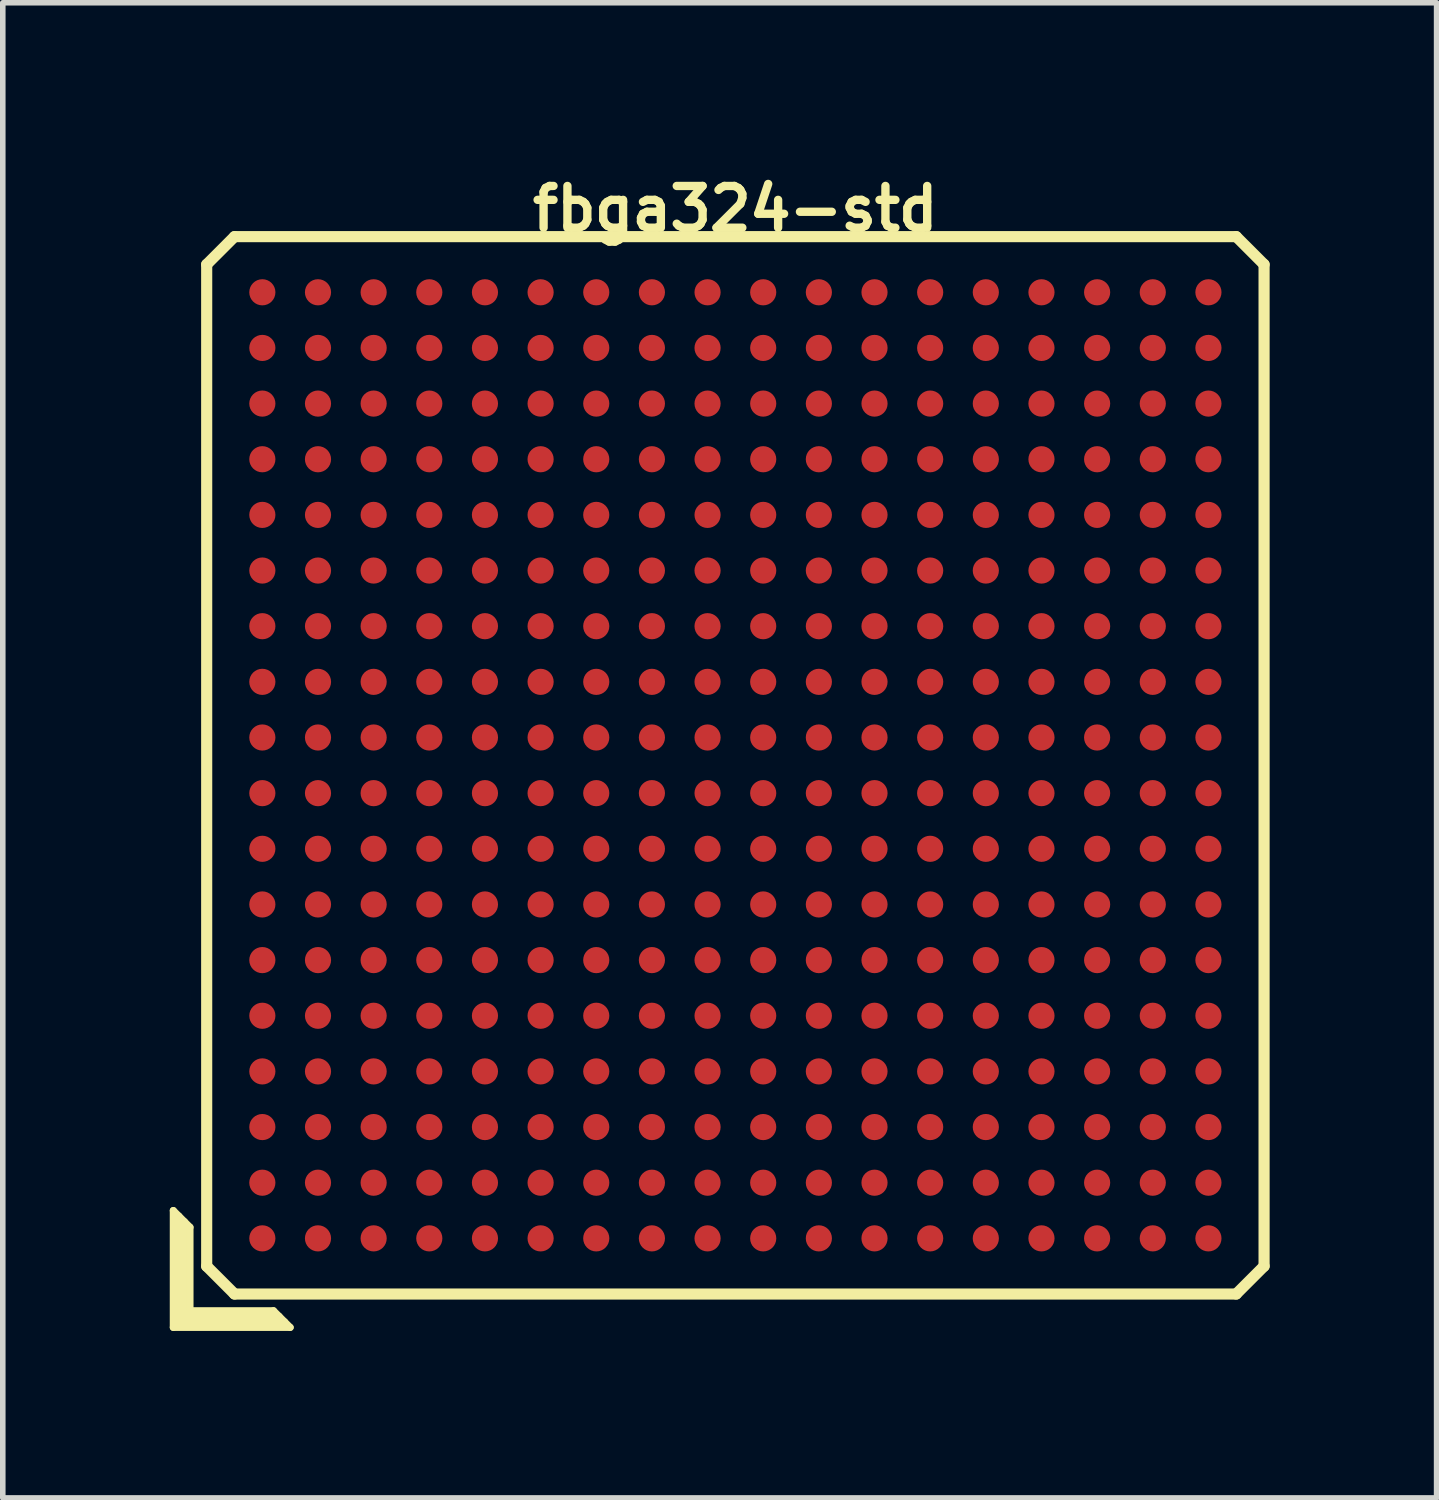
<source format=kicad_pcb>
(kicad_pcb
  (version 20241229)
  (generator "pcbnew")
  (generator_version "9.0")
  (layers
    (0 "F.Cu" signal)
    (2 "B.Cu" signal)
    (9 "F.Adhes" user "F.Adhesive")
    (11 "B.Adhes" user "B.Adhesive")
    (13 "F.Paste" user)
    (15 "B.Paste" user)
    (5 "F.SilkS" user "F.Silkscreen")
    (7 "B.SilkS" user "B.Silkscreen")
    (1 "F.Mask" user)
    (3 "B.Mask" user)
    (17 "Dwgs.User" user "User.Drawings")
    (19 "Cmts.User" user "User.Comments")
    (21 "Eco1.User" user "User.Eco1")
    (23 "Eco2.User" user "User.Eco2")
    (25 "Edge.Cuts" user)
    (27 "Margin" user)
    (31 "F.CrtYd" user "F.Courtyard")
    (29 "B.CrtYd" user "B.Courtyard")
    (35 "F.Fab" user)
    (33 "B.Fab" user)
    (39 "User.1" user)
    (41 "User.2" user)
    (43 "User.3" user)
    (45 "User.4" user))
  (footprint "fbga324-std"
    (layer "F.Cu")
    (at 10.164 10.702)
    (property "Reference" "fbga324-std" (at 0 -10 0) (layer "F.SilkS") (effects (font (size 0.75 0.75) (thickness 0.15))))
    (attr through_hole)
    (fp_line (start -10.1 8) (end -10.1 10.1) (stroke (width 0.127) (type solid)) (layer "F.SilkS"))
    (fp_line (start -10.1 10.1) (end -8 10.1) (stroke (width 0.127) (type solid)) (layer "F.SilkS"))
    (fp_line (start -10 10) (end -10 8.1) (stroke (width 0.127) (type solid)) (layer "F.SilkS"))
    (fp_line (start -9.9 8.2) (end -9.9 9.9) (stroke (width 0.127) (type solid)) (layer "F.SilkS"))
    (fp_line (start -9.9 9.9) (end -8.2 9.9) (stroke (width 0.127) (type solid)) (layer "F.SilkS"))
    (fp_line (start -9.8 8.3) (end -10.1 8) (stroke (width 0.127) (type solid)) (layer "F.SilkS"))
    (fp_line (start -9.8 9.8) (end -9.8 8.3) (stroke (width 0.127) (type solid)) (layer "F.SilkS"))
    (fp_line (start -9.5 -9) (end -9.5 9) (stroke (width 0.2) (type solid)) (layer "F.SilkS"))
    (fp_line (start -9.5 -9) (end -9 -9.5) (stroke (width 0.2) (type solid)) (layer "F.SilkS"))
    (fp_line (start -9 9.5) (end -9.5 9) (stroke (width 0.2) (type solid)) (layer "F.SilkS"))
    (fp_line (start -9 9.5) (end 9 9.5) (stroke (width 0.2) (type solid)) (layer "F.SilkS"))
    (fp_line (start -8.3 9.8) (end -9.8 9.8) (stroke (width 0.127) (type solid)) (layer "F.SilkS"))
    (fp_line (start -8.1 10) (end -10 10) (stroke (width 0.127) (type solid)) (layer "F.SilkS"))
    (fp_line (start -8 10.1) (end -8.3 9.8) (stroke (width 0.127) (type solid)) (layer "F.SilkS"))
    (fp_line (start 9 -9.5) (end -9 -9.5) (stroke (width 0.2) (type solid)) (layer "F.SilkS"))
    (fp_line (start 9 -9.5) (end 9.5 -9) (stroke (width 0.2) (type solid)) (layer "F.SilkS"))
    (fp_line (start 9.5 9) (end 9 9.5) (stroke (width 0.2) (type solid)) (layer "F.SilkS"))
    (fp_line (start 9.5 9) (end 9.5 -9) (stroke (width 0.2) (type solid)) (layer "F.SilkS"))
    (pad "A1" smd circle (at -8.5 8.5 90) (size 0.47 0.47) (layers "F.Cu" "F.Mask" "F.Paste"))
    (pad "A2" smd circle (at -8.5 7.5 90) (size 0.47 0.47) (layers "F.Cu" "F.Mask" "F.Paste"))
    (pad "A3" smd circle (at -8.5 6.5 90) (size 0.47 0.47) (layers "F.Cu" "F.Mask" "F.Paste"))
    (pad "A4" smd circle (at -8.5 5.5 90) (size 0.47 0.47) (layers "F.Cu" "F.Mask" "F.Paste"))
    (pad "A5" smd circle (at -8.5 4.5 90) (size 0.47 0.47) (layers "F.Cu" "F.Mask" "F.Paste"))
    (pad "A6" smd circle (at -8.5 3.5 90) (size 0.47 0.47) (layers "F.Cu" "F.Mask" "F.Paste"))
    (pad "A7" smd circle (at -8.5 2.5 90) (size 0.47 0.47) (layers "F.Cu" "F.Mask" "F.Paste"))
    (pad "A8" smd circle (at -8.5 1.5 90) (size 0.47 0.47) (layers "F.Cu" "F.Mask" "F.Paste"))
    (pad "A9" smd circle (at -8.5 0.5 90) (size 0.47 0.47) (layers "F.Cu" "F.Mask" "F.Paste"))
    (pad "A10" smd circle (at -8.5 -0.5 90) (size 0.47 0.47) (layers "F.Cu" "F.Mask" "F.Paste"))
    (pad "A11" smd circle (at -8.5 -1.5 90) (size 0.47 0.47) (layers "F.Cu" "F.Mask" "F.Paste"))
    (pad "A12" smd circle (at -8.5 -2.5 90) (size 0.47 0.47) (layers "F.Cu" "F.Mask" "F.Paste"))
    (pad "A13" smd circle (at -8.5 -3.5 90) (size 0.47 0.47) (layers "F.Cu" "F.Mask" "F.Paste"))
    (pad "A14" smd circle (at -8.5 -4.5 90) (size 0.47 0.47) (layers "F.Cu" "F.Mask" "F.Paste"))
    (pad "A15" smd circle (at -8.5 -5.5 90) (size 0.47 0.47) (layers "F.Cu" "F.Mask" "F.Paste"))
    (pad "A16" smd circle (at -8.5 -6.5 90) (size 0.47 0.47) (layers "F.Cu" "F.Mask" "F.Paste"))
    (pad "A17" smd circle (at -8.5 -7.5 90) (size 0.47 0.47) (layers "F.Cu" "F.Mask" "F.Paste"))
    (pad "A18" smd circle (at -8.5 -8.5 90) (size 0.47 0.47) (layers "F.Cu" "F.Mask" "F.Paste"))
    (pad "B1" smd circle (at -7.5 8.5 90) (size 0.47 0.47) (layers "F.Cu" "F.Mask" "F.Paste"))
    (pad "B2" smd circle (at -7.5 7.5 90) (size 0.47 0.47) (layers "F.Cu" "F.Mask" "F.Paste"))
    (pad "B3" smd circle (at -7.5 6.5 90) (size 0.47 0.47) (layers "F.Cu" "F.Mask" "F.Paste"))
    (pad "B4" smd circle (at -7.5 5.5 90) (size 0.47 0.47) (layers "F.Cu" "F.Mask" "F.Paste"))
    (pad "B5" smd circle (at -7.5 4.5 90) (size 0.47 0.47) (layers "F.Cu" "F.Mask" "F.Paste"))
    (pad "B6" smd circle (at -7.5 3.5 90) (size 0.47 0.47) (layers "F.Cu" "F.Mask" "F.Paste"))
    (pad "B7" smd circle (at -7.5 2.5 90) (size 0.47 0.47) (layers "F.Cu" "F.Mask" "F.Paste"))
    (pad "B8" smd circle (at -7.5 1.5 90) (size 0.47 0.47) (layers "F.Cu" "F.Mask" "F.Paste"))
    (pad "B9" smd circle (at -7.5 0.5 90) (size 0.47 0.47) (layers "F.Cu" "F.Mask" "F.Paste"))
    (pad "B10" smd circle (at -7.5 -0.5 90) (size 0.47 0.47) (layers "F.Cu" "F.Mask" "F.Paste"))
    (pad "B11" smd circle (at -7.5 -1.5 90) (size 0.47 0.47) (layers "F.Cu" "F.Mask" "F.Paste"))
    (pad "B12" smd circle (at -7.5 -2.5 90) (size 0.47 0.47) (layers "F.Cu" "F.Mask" "F.Paste"))
    (pad "B13" smd circle (at -7.5 -3.5 90) (size 0.47 0.47) (layers "F.Cu" "F.Mask" "F.Paste"))
    (pad "B14" smd circle (at -7.5 -4.5 90) (size 0.47 0.47) (layers "F.Cu" "F.Mask" "F.Paste"))
    (pad "B15" smd circle (at -7.5 -5.5 90) (size 0.47 0.47) (layers "F.Cu" "F.Mask" "F.Paste"))
    (pad "B16" smd circle (at -7.5 -6.5 90) (size 0.47 0.47) (layers "F.Cu" "F.Mask" "F.Paste"))
    (pad "B17" smd circle (at -7.5 -7.5 90) (size 0.47 0.47) (layers "F.Cu" "F.Mask" "F.Paste"))
    (pad "B18" smd circle (at -7.5 -8.5 90) (size 0.47 0.47) (layers "F.Cu" "F.Mask" "F.Paste"))
    (pad "C1" smd circle (at -6.5 8.5 90) (size 0.47 0.47) (layers "F.Cu" "F.Mask" "F.Paste"))
    (pad "C2" smd circle (at -6.5 7.5 90) (size 0.47 0.47) (layers "F.Cu" "F.Mask" "F.Paste"))
    (pad "C3" smd circle (at -6.5 6.5 90) (size 0.47 0.47) (layers "F.Cu" "F.Mask" "F.Paste"))
    (pad "C4" smd circle (at -6.5 5.5 90) (size 0.47 0.47) (layers "F.Cu" "F.Mask" "F.Paste"))
    (pad "C5" smd circle (at -6.5 4.5 90) (size 0.47 0.47) (layers "F.Cu" "F.Mask" "F.Paste"))
    (pad "C6" smd circle (at -6.5 3.5 90) (size 0.47 0.47) (layers "F.Cu" "F.Mask" "F.Paste"))
    (pad "C7" smd circle (at -6.5 2.5 90) (size 0.47 0.47) (layers "F.Cu" "F.Mask" "F.Paste"))
    (pad "C8" smd circle (at -6.5 1.5 90) (size 0.47 0.47) (layers "F.Cu" "F.Mask" "F.Paste"))
    (pad "C9" smd circle (at -6.5 0.5 90) (size 0.47 0.47) (layers "F.Cu" "F.Mask" "F.Paste"))
    (pad "C10" smd circle (at -6.5 -0.5 90) (size 0.47 0.47) (layers "F.Cu" "F.Mask" "F.Paste"))
    (pad "C11" smd circle (at -6.5 -1.5 90) (size 0.47 0.47) (layers "F.Cu" "F.Mask" "F.Paste"))
    (pad "C12" smd circle (at -6.5 -2.5 90) (size 0.47 0.47) (layers "F.Cu" "F.Mask" "F.Paste"))
    (pad "C13" smd circle (at -6.5 -3.5 90) (size 0.47 0.47) (layers "F.Cu" "F.Mask" "F.Paste"))
    (pad "C14" smd circle (at -6.5 -4.5 90) (size 0.47 0.47) (layers "F.Cu" "F.Mask" "F.Paste"))
    (pad "C15" smd circle (at -6.5 -5.5 90) (size 0.47 0.47) (layers "F.Cu" "F.Mask" "F.Paste"))
    (pad "C16" smd circle (at -6.5 -6.5 90) (size 0.47 0.47) (layers "F.Cu" "F.Mask" "F.Paste"))
    (pad "C17" smd circle (at -6.5 -7.5 90) (size 0.47 0.47) (layers "F.Cu" "F.Mask" "F.Paste"))
    (pad "C18" smd circle (at -6.5 -8.5 90) (size 0.47 0.47) (layers "F.Cu" "F.Mask" "F.Paste"))
    (pad "D1" smd circle (at -5.5 8.5 90) (size 0.47 0.47) (layers "F.Cu" "F.Mask" "F.Paste"))
    (pad "D2" smd circle (at -5.5 7.5 90) (size 0.47 0.47) (layers "F.Cu" "F.Mask" "F.Paste"))
    (pad "D3" smd circle (at -5.5 6.5 90) (size 0.47 0.47) (layers "F.Cu" "F.Mask" "F.Paste"))
    (pad "D4" smd circle (at -5.5 5.5 90) (size 0.47 0.47) (layers "F.Cu" "F.Mask" "F.Paste"))
    (pad "D5" smd circle (at -5.5 4.5 90) (size 0.47 0.47) (layers "F.Cu" "F.Mask" "F.Paste"))
    (pad "D6" smd circle (at -5.5 3.5 90) (size 0.47 0.47) (layers "F.Cu" "F.Mask" "F.Paste"))
    (pad "D7" smd circle (at -5.5 2.5 90) (size 0.47 0.47) (layers "F.Cu" "F.Mask" "F.Paste"))
    (pad "D8" smd circle (at -5.5 1.5 90) (size 0.47 0.47) (layers "F.Cu" "F.Mask" "F.Paste"))
    (pad "D9" smd circle (at -5.5 0.5 90) (size 0.47 0.47) (layers "F.Cu" "F.Mask" "F.Paste"))
    (pad "D10" smd circle (at -5.5 -0.5 90) (size 0.47 0.47) (layers "F.Cu" "F.Mask" "F.Paste"))
    (pad "D11" smd circle (at -5.5 -1.5 90) (size 0.47 0.47) (layers "F.Cu" "F.Mask" "F.Paste"))
    (pad "D12" smd circle (at -5.5 -2.5 90) (size 0.47 0.47) (layers "F.Cu" "F.Mask" "F.Paste"))
    (pad "D13" smd circle (at -5.5 -3.5 90) (size 0.47 0.47) (layers "F.Cu" "F.Mask" "F.Paste"))
    (pad "D14" smd circle (at -5.5 -4.5 90) (size 0.47 0.47) (layers "F.Cu" "F.Mask" "F.Paste"))
    (pad "D15" smd circle (at -5.5 -5.5 90) (size 0.47 0.47) (layers "F.Cu" "F.Mask" "F.Paste"))
    (pad "D16" smd circle (at -5.5 -6.5 90) (size 0.47 0.47) (layers "F.Cu" "F.Mask" "F.Paste"))
    (pad "D17" smd circle (at -5.5 -7.5 90) (size 0.47 0.47) (layers "F.Cu" "F.Mask" "F.Paste"))
    (pad "D18" smd circle (at -5.5 -8.5 90) (size 0.47 0.47) (layers "F.Cu" "F.Mask" "F.Paste"))
    (pad "E1" smd circle (at -4.5 8.5 90) (size 0.47 0.47) (layers "F.Cu" "F.Mask" "F.Paste"))
    (pad "E2" smd circle (at -4.5 7.5 90) (size 0.47 0.47) (layers "F.Cu" "F.Mask" "F.Paste"))
    (pad "E3" smd circle (at -4.5 6.5 90) (size 0.47 0.47) (layers "F.Cu" "F.Mask" "F.Paste"))
    (pad "E4" smd circle (at -4.5 5.5 90) (size 0.47 0.47) (layers "F.Cu" "F.Mask" "F.Paste"))
    (pad "E5" smd circle (at -4.5 4.5 90) (size 0.47 0.47) (layers "F.Cu" "F.Mask" "F.Paste"))
    (pad "E6" smd circle (at -4.5 3.5 90) (size 0.47 0.47) (layers "F.Cu" "F.Mask" "F.Paste"))
    (pad "E7" smd circle (at -4.5 2.5 90) (size 0.47 0.47) (layers "F.Cu" "F.Mask" "F.Paste"))
    (pad "E8" smd circle (at -4.5 1.5 90) (size 0.47 0.47) (layers "F.Cu" "F.Mask" "F.Paste"))
    (pad "E9" smd circle (at -4.5 0.5 90) (size 0.47 0.47) (layers "F.Cu" "F.Mask" "F.Paste"))
    (pad "E10" smd circle (at -4.5 -0.5 90) (size 0.47 0.47) (layers "F.Cu" "F.Mask" "F.Paste"))
    (pad "E11" smd circle (at -4.5 -1.5 90) (size 0.47 0.47) (layers "F.Cu" "F.Mask" "F.Paste"))
    (pad "E12" smd circle (at -4.5 -2.5 90) (size 0.47 0.47) (layers "F.Cu" "F.Mask" "F.Paste"))
    (pad "E13" smd circle (at -4.5 -3.5 90) (size 0.47 0.47) (layers "F.Cu" "F.Mask" "F.Paste"))
    (pad "E14" smd circle (at -4.5 -4.5 90) (size 0.47 0.47) (layers "F.Cu" "F.Mask" "F.Paste"))
    (pad "E15" smd circle (at -4.5 -5.5 90) (size 0.47 0.47) (layers "F.Cu" "F.Mask" "F.Paste"))
    (pad "E16" smd circle (at -4.5 -6.5 90) (size 0.47 0.47) (layers "F.Cu" "F.Mask" "F.Paste"))
    (pad "E17" smd circle (at -4.5 -7.5 90) (size 0.47 0.47) (layers "F.Cu" "F.Mask" "F.Paste"))
    (pad "E18" smd circle (at -4.5 -8.5 90) (size 0.47 0.47) (layers "F.Cu" "F.Mask" "F.Paste"))
    (pad "F1" smd circle (at -3.5 8.5 90) (size 0.47 0.47) (layers "F.Cu" "F.Mask" "F.Paste"))
    (pad "F2" smd circle (at -3.5 7.5 90) (size 0.47 0.47) (layers "F.Cu" "F.Mask" "F.Paste"))
    (pad "F3" smd circle (at -3.5 6.5 90) (size 0.47 0.47) (layers "F.Cu" "F.Mask" "F.Paste"))
    (pad "F4" smd circle (at -3.5 5.5 90) (size 0.47 0.47) (layers "F.Cu" "F.Mask" "F.Paste"))
    (pad "F5" smd circle (at -3.5 4.5 90) (size 0.47 0.47) (layers "F.Cu" "F.Mask" "F.Paste"))
    (pad "F6" smd circle (at -3.5 3.5 90) (size 0.47 0.47) (layers "F.Cu" "F.Mask" "F.Paste"))
    (pad "F7" smd circle (at -3.5 2.5 90) (size 0.47 0.47) (layers "F.Cu" "F.Mask" "F.Paste"))
    (pad "F8" smd circle (at -3.5 1.5 90) (size 0.47 0.47) (layers "F.Cu" "F.Mask" "F.Paste"))
    (pad "F9" smd circle (at -3.5 0.5 90) (size 0.47 0.47) (layers "F.Cu" "F.Mask" "F.Paste"))
    (pad "F10" smd circle (at -3.5 -0.5 90) (size 0.47 0.47) (layers "F.Cu" "F.Mask" "F.Paste"))
    (pad "F11" smd circle (at -3.5 -1.5 90) (size 0.47 0.47) (layers "F.Cu" "F.Mask" "F.Paste"))
    (pad "F12" smd circle (at -3.5 -2.5 90) (size 0.47 0.47) (layers "F.Cu" "F.Mask" "F.Paste"))
    (pad "F13" smd circle (at -3.5 -3.5 90) (size 0.47 0.47) (layers "F.Cu" "F.Mask" "F.Paste"))
    (pad "F14" smd circle (at -3.5 -4.5 90) (size 0.47 0.47) (layers "F.Cu" "F.Mask" "F.Paste"))
    (pad "F15" smd circle (at -3.5 -5.5 90) (size 0.47 0.47) (layers "F.Cu" "F.Mask" "F.Paste"))
    (pad "F16" smd circle (at -3.5 -6.5 90) (size 0.47 0.47) (layers "F.Cu" "F.Mask" "F.Paste"))
    (pad "F17" smd circle (at -3.5 -7.5 90) (size 0.47 0.47) (layers "F.Cu" "F.Mask" "F.Paste"))
    (pad "F18" smd circle (at -3.5 -8.5 90) (size 0.47 0.47) (layers "F.Cu" "F.Mask" "F.Paste"))
    (pad "G1" smd circle (at -2.5 8.5 90) (size 0.47 0.47) (layers "F.Cu" "F.Mask" "F.Paste"))
    (pad "G2" smd circle (at -2.5 7.5 90) (size 0.47 0.47) (layers "F.Cu" "F.Mask" "F.Paste"))
    (pad "G3" smd circle (at -2.5 6.5 90) (size 0.47 0.47) (layers "F.Cu" "F.Mask" "F.Paste"))
    (pad "G4" smd circle (at -2.5 5.5 90) (size 0.47 0.47) (layers "F.Cu" "F.Mask" "F.Paste"))
    (pad "G5" smd circle (at -2.5 4.5 90) (size 0.47 0.47) (layers "F.Cu" "F.Mask" "F.Paste"))
    (pad "G6" smd circle (at -2.5 3.5 90) (size 0.47 0.47) (layers "F.Cu" "F.Mask" "F.Paste"))
    (pad "G7" smd circle (at -2.5 2.5 90) (size 0.47 0.47) (layers "F.Cu" "F.Mask" "F.Paste"))
    (pad "G8" smd circle (at -2.5 1.5 90) (size 0.47 0.47) (layers "F.Cu" "F.Mask" "F.Paste"))
    (pad "G9" smd circle (at -2.5 0.5 90) (size 0.47 0.47) (layers "F.Cu" "F.Mask" "F.Paste"))
    (pad "G10" smd circle (at -2.5 -0.5 90) (size 0.47 0.47) (layers "F.Cu" "F.Mask" "F.Paste"))
    (pad "G11" smd circle (at -2.5 -1.5 90) (size 0.47 0.47) (layers "F.Cu" "F.Mask" "F.Paste"))
    (pad "G12" smd circle (at -2.5 -2.5 90) (size 0.47 0.47) (layers "F.Cu" "F.Mask" "F.Paste"))
    (pad "G13" smd circle (at -2.5 -3.5 90) (size 0.47 0.47) (layers "F.Cu" "F.Mask" "F.Paste"))
    (pad "G14" smd circle (at -2.5 -4.5 90) (size 0.47 0.47) (layers "F.Cu" "F.Mask" "F.Paste"))
    (pad "G15" smd circle (at -2.5 -5.5 90) (size 0.47 0.47) (layers "F.Cu" "F.Mask" "F.Paste"))
    (pad "G16" smd circle (at -2.5 -6.5 90) (size 0.47 0.47) (layers "F.Cu" "F.Mask" "F.Paste"))
    (pad "G17" smd circle (at -2.5 -7.5 90) (size 0.47 0.47) (layers "F.Cu" "F.Mask" "F.Paste"))
    (pad "G18" smd circle (at -2.5 -8.5 90) (size 0.47 0.47) (layers "F.Cu" "F.Mask" "F.Paste"))
    (pad "H1" smd circle (at -1.5 8.5 90) (size 0.47 0.47) (layers "F.Cu" "F.Mask" "F.Paste"))
    (pad "H2" smd circle (at -1.5 7.5 90) (size 0.47 0.47) (layers "F.Cu" "F.Mask" "F.Paste"))
    (pad "H3" smd circle (at -1.5 6.5 90) (size 0.47 0.47) (layers "F.Cu" "F.Mask" "F.Paste"))
    (pad "H4" smd circle (at -1.5 5.5 90) (size 0.47 0.47) (layers "F.Cu" "F.Mask" "F.Paste"))
    (pad "H5" smd circle (at -1.5 4.5 90) (size 0.47 0.47) (layers "F.Cu" "F.Mask" "F.Paste"))
    (pad "H6" smd circle (at -1.5 3.5 90) (size 0.47 0.47) (layers "F.Cu" "F.Mask" "F.Paste"))
    (pad "H7" smd circle (at -1.5 2.5 90) (size 0.47 0.47) (layers "F.Cu" "F.Mask" "F.Paste"))
    (pad "H8" smd circle (at -1.5 1.5 90) (size 0.47 0.47) (layers "F.Cu" "F.Mask" "F.Paste"))
    (pad "H9" smd circle (at -1.5 0.5 90) (size 0.47 0.47) (layers "F.Cu" "F.Mask" "F.Paste"))
    (pad "H10" smd circle (at -1.5 -0.5 90) (size 0.47 0.47) (layers "F.Cu" "F.Mask" "F.Paste"))
    (pad "H11" smd circle (at -1.5 -1.5 90) (size 0.47 0.47) (layers "F.Cu" "F.Mask" "F.Paste"))
    (pad "H12" smd circle (at -1.5 -2.5 90) (size 0.47 0.47) (layers "F.Cu" "F.Mask" "F.Paste"))
    (pad "H13" smd circle (at -1.5 -3.5 90) (size 0.47 0.47) (layers "F.Cu" "F.Mask" "F.Paste"))
    (pad "H14" smd circle (at -1.5 -4.5 90) (size 0.47 0.47) (layers "F.Cu" "F.Mask" "F.Paste"))
    (pad "H15" smd circle (at -1.5 -5.5 90) (size 0.47 0.47) (layers "F.Cu" "F.Mask" "F.Paste"))
    (pad "H16" smd circle (at -1.5 -6.5 90) (size 0.47 0.47) (layers "F.Cu" "F.Mask" "F.Paste"))
    (pad "H17" smd circle (at -1.5 -7.5 90) (size 0.47 0.47) (layers "F.Cu" "F.Mask" "F.Paste"))
    (pad "H18" smd circle (at -1.5 -8.5 90) (size 0.47 0.47) (layers "F.Cu" "F.Mask" "F.Paste"))
    (pad "J1" smd circle (at -0.5 8.5 90) (size 0.47 0.47) (layers "F.Cu" "F.Mask" "F.Paste"))
    (pad "J2" smd circle (at -0.5 7.5 90) (size 0.47 0.47) (layers "F.Cu" "F.Mask" "F.Paste"))
    (pad "J3" smd circle (at -0.5 6.5 90) (size 0.47 0.47) (layers "F.Cu" "F.Mask" "F.Paste"))
    (pad "J4" smd circle (at -0.5 5.5 90) (size 0.47 0.47) (layers "F.Cu" "F.Mask" "F.Paste"))
    (pad "J5" smd circle (at -0.5 4.5 90) (size 0.47 0.47) (layers "F.Cu" "F.Mask" "F.Paste"))
    (pad "J6" smd circle (at -0.5 3.5 90) (size 0.47 0.47) (layers "F.Cu" "F.Mask" "F.Paste"))
    (pad "J7" smd circle (at -0.5 2.5 90) (size 0.47 0.47) (layers "F.Cu" "F.Mask" "F.Paste"))
    (pad "J8" smd circle (at -0.5 1.5 90) (size 0.47 0.47) (layers "F.Cu" "F.Mask" "F.Paste"))
    (pad "J9" smd circle (at -0.5 0.5 90) (size 0.47 0.47) (layers "F.Cu" "F.Mask" "F.Paste"))
    (pad "J10" smd circle (at -0.5 -0.5 90) (size 0.47 0.47) (layers "F.Cu" "F.Mask" "F.Paste"))
    (pad "J11" smd circle (at -0.5 -1.5 90) (size 0.47 0.47) (layers "F.Cu" "F.Mask" "F.Paste"))
    (pad "J12" smd circle (at -0.5 -2.5 90) (size 0.47 0.47) (layers "F.Cu" "F.Mask" "F.Paste"))
    (pad "J13" smd circle (at -0.5 -3.5 90) (size 0.47 0.47) (layers "F.Cu" "F.Mask" "F.Paste"))
    (pad "J14" smd circle (at -0.5 -4.5 90) (size 0.47 0.47) (layers "F.Cu" "F.Mask" "F.Paste"))
    (pad "J15" smd circle (at -0.5 -5.5 90) (size 0.47 0.47) (layers "F.Cu" "F.Mask" "F.Paste"))
    (pad "J16" smd circle (at -0.5 -6.5 90) (size 0.47 0.47) (layers "F.Cu" "F.Mask" "F.Paste"))
    (pad "J17" smd circle (at -0.5 -7.5 90) (size 0.47 0.47) (layers "F.Cu" "F.Mask" "F.Paste"))
    (pad "J18" smd circle (at -0.5 -8.5 90) (size 0.47 0.47) (layers "F.Cu" "F.Mask" "F.Paste"))
    (pad "K1" smd circle (at 0.5 8.5 90) (size 0.47 0.47) (layers "F.Cu" "F.Mask" "F.Paste"))
    (pad "K2" smd circle (at 0.5 7.5 90) (size 0.47 0.47) (layers "F.Cu" "F.Mask" "F.Paste"))
    (pad "K3" smd circle (at 0.5 6.5 90) (size 0.47 0.47) (layers "F.Cu" "F.Mask" "F.Paste"))
    (pad "K4" smd circle (at 0.5 5.5 90) (size 0.47 0.47) (layers "F.Cu" "F.Mask" "F.Paste"))
    (pad "K5" smd circle (at 0.5 4.5 90) (size 0.47 0.47) (layers "F.Cu" "F.Mask" "F.Paste"))
    (pad "K6" smd circle (at 0.5 3.5 90) (size 0.47 0.47) (layers "F.Cu" "F.Mask" "F.Paste"))
    (pad "K7" smd circle (at 0.5 2.5 90) (size 0.47 0.47) (layers "F.Cu" "F.Mask" "F.Paste"))
    (pad "K8" smd circle (at 0.5 1.5 90) (size 0.47 0.47) (layers "F.Cu" "F.Mask" "F.Paste"))
    (pad "K9" smd circle (at 0.5 0.5 90) (size 0.47 0.47) (layers "F.Cu" "F.Mask" "F.Paste"))
    (pad "K10" smd circle (at 0.5 -0.5 90) (size 0.47 0.47) (layers "F.Cu" "F.Mask" "F.Paste"))
    (pad "K11" smd circle (at 0.5 -1.5 90) (size 0.47 0.47) (layers "F.Cu" "F.Mask" "F.Paste"))
    (pad "K12" smd circle (at 0.5 -2.5 90) (size 0.47 0.47) (layers "F.Cu" "F.Mask" "F.Paste"))
    (pad "K13" smd circle (at 0.5 -3.5 90) (size 0.47 0.47) (layers "F.Cu" "F.Mask" "F.Paste"))
    (pad "K14" smd circle (at 0.5 -4.5 90) (size 0.47 0.47) (layers "F.Cu" "F.Mask" "F.Paste"))
    (pad "K15" smd circle (at 0.5 -5.5 90) (size 0.47 0.47) (layers "F.Cu" "F.Mask" "F.Paste"))
    (pad "K16" smd circle (at 0.5 -6.5 90) (size 0.47 0.47) (layers "F.Cu" "F.Mask" "F.Paste"))
    (pad "K17" smd circle (at 0.5 -7.5 90) (size 0.47 0.47) (layers "F.Cu" "F.Mask" "F.Paste"))
    (pad "K18" smd circle (at 0.5 -8.5 90) (size 0.47 0.47) (layers "F.Cu" "F.Mask" "F.Paste"))
    (pad "L1" smd circle (at 1.5 8.5 90) (size 0.47 0.47) (layers "F.Cu" "F.Mask" "F.Paste"))
    (pad "L2" smd circle (at 1.5 7.5 90) (size 0.47 0.47) (layers "F.Cu" "F.Mask" "F.Paste"))
    (pad "L3" smd circle (at 1.5 6.5 90) (size 0.47 0.47) (layers "F.Cu" "F.Mask" "F.Paste"))
    (pad "L4" smd circle (at 1.5 5.5 90) (size 0.47 0.47) (layers "F.Cu" "F.Mask" "F.Paste"))
    (pad "L5" smd circle (at 1.5 4.5 90) (size 0.47 0.47) (layers "F.Cu" "F.Mask" "F.Paste"))
    (pad "L6" smd circle (at 1.5 3.5 90) (size 0.47 0.47) (layers "F.Cu" "F.Mask" "F.Paste"))
    (pad "L7" smd circle (at 1.5 2.5 90) (size 0.47 0.47) (layers "F.Cu" "F.Mask" "F.Paste"))
    (pad "L8" smd circle (at 1.5 1.5 90) (size 0.47 0.47) (layers "F.Cu" "F.Mask" "F.Paste"))
    (pad "L9" smd circle (at 1.5 0.5 90) (size 0.47 0.47) (layers "F.Cu" "F.Mask" "F.Paste"))
    (pad "L10" smd circle (at 1.5 -0.5 90) (size 0.47 0.47) (layers "F.Cu" "F.Mask" "F.Paste"))
    (pad "L11" smd circle (at 1.5 -1.5 90) (size 0.47 0.47) (layers "F.Cu" "F.Mask" "F.Paste"))
    (pad "L12" smd circle (at 1.5 -2.5 90) (size 0.47 0.47) (layers "F.Cu" "F.Mask" "F.Paste"))
    (pad "L13" smd circle (at 1.5 -3.5 90) (size 0.47 0.47) (layers "F.Cu" "F.Mask" "F.Paste"))
    (pad "L14" smd circle (at 1.5 -4.5 90) (size 0.47 0.47) (layers "F.Cu" "F.Mask" "F.Paste"))
    (pad "L15" smd circle (at 1.5 -5.5 90) (size 0.47 0.47) (layers "F.Cu" "F.Mask" "F.Paste"))
    (pad "L16" smd circle (at 1.5 -6.5 90) (size 0.47 0.47) (layers "F.Cu" "F.Mask" "F.Paste"))
    (pad "L17" smd circle (at 1.5 -7.5 90) (size 0.47 0.47) (layers "F.Cu" "F.Mask" "F.Paste"))
    (pad "L18" smd circle (at 1.5 -8.5 90) (size 0.47 0.47) (layers "F.Cu" "F.Mask" "F.Paste"))
    (pad "M1" smd circle (at 2.5 8.5 90) (size 0.47 0.47) (layers "F.Cu" "F.Mask" "F.Paste"))
    (pad "M2" smd circle (at 2.5 7.5 90) (size 0.47 0.47) (layers "F.Cu" "F.Mask" "F.Paste"))
    (pad "M3" smd circle (at 2.5 6.5 90) (size 0.47 0.47) (layers "F.Cu" "F.Mask" "F.Paste"))
    (pad "M4" smd circle (at 2.5 5.5 90) (size 0.47 0.47) (layers "F.Cu" "F.Mask" "F.Paste"))
    (pad "M5" smd circle (at 2.5 4.5 90) (size 0.47 0.47) (layers "F.Cu" "F.Mask" "F.Paste"))
    (pad "M6" smd circle (at 2.5 3.5 90) (size 0.47 0.47) (layers "F.Cu" "F.Mask" "F.Paste"))
    (pad "M7" smd circle (at 2.5 2.5 90) (size 0.47 0.47) (layers "F.Cu" "F.Mask" "F.Paste"))
    (pad "M8" smd circle (at 2.5 1.5 90) (size 0.47 0.47) (layers "F.Cu" "F.Mask" "F.Paste"))
    (pad "M9" smd circle (at 2.5 0.5 90) (size 0.47 0.47) (layers "F.Cu" "F.Mask" "F.Paste"))
    (pad "M10" smd circle (at 2.5 -0.5 90) (size 0.47 0.47) (layers "F.Cu" "F.Mask" "F.Paste"))
    (pad "M11" smd circle (at 2.5 -1.5 90) (size 0.47 0.47) (layers "F.Cu" "F.Mask" "F.Paste"))
    (pad "M12" smd circle (at 2.5 -2.5 90) (size 0.47 0.47) (layers "F.Cu" "F.Mask" "F.Paste"))
    (pad "M13" smd circle (at 2.5 -3.5 90) (size 0.47 0.47) (layers "F.Cu" "F.Mask" "F.Paste"))
    (pad "M14" smd circle (at 2.5 -4.5 90) (size 0.47 0.47) (layers "F.Cu" "F.Mask" "F.Paste"))
    (pad "M15" smd circle (at 2.5 -5.5 90) (size 0.47 0.47) (layers "F.Cu" "F.Mask" "F.Paste"))
    (pad "M16" smd circle (at 2.5 -6.5 90) (size 0.47 0.47) (layers "F.Cu" "F.Mask" "F.Paste"))
    (pad "M17" smd circle (at 2.5 -7.5 90) (size 0.47 0.47) (layers "F.Cu" "F.Mask" "F.Paste"))
    (pad "M18" smd circle (at 2.5 -8.5 90) (size 0.47 0.47) (layers "F.Cu" "F.Mask" "F.Paste"))
    (pad "N1" smd circle (at 3.5 8.5 90) (size 0.47 0.47) (layers "F.Cu" "F.Mask" "F.Paste"))
    (pad "N2" smd circle (at 3.5 7.5 90) (size 0.47 0.47) (layers "F.Cu" "F.Mask" "F.Paste"))
    (pad "N3" smd circle (at 3.5 6.5 90) (size 0.47 0.47) (layers "F.Cu" "F.Mask" "F.Paste"))
    (pad "N4" smd circle (at 3.5 5.5 90) (size 0.47 0.47) (layers "F.Cu" "F.Mask" "F.Paste"))
    (pad "N5" smd circle (at 3.5 4.5 90) (size 0.47 0.47) (layers "F.Cu" "F.Mask" "F.Paste"))
    (pad "N6" smd circle (at 3.5 3.5 90) (size 0.47 0.47) (layers "F.Cu" "F.Mask" "F.Paste"))
    (pad "N7" smd circle (at 3.5 2.5 90) (size 0.47 0.47) (layers "F.Cu" "F.Mask" "F.Paste"))
    (pad "N8" smd circle (at 3.5 1.5 90) (size 0.47 0.47) (layers "F.Cu" "F.Mask" "F.Paste"))
    (pad "N9" smd circle (at 3.5 0.5 90) (size 0.47 0.47) (layers "F.Cu" "F.Mask" "F.Paste"))
    (pad "N10" smd circle (at 3.5 -0.5 90) (size 0.47 0.47) (layers "F.Cu" "F.Mask" "F.Paste"))
    (pad "N11" smd circle (at 3.5 -1.5 90) (size 0.47 0.47) (layers "F.Cu" "F.Mask" "F.Paste"))
    (pad "N12" smd circle (at 3.5 -2.5 90) (size 0.47 0.47) (layers "F.Cu" "F.Mask" "F.Paste"))
    (pad "N13" smd circle (at 3.5 -3.5 90) (size 0.47 0.47) (layers "F.Cu" "F.Mask" "F.Paste"))
    (pad "N14" smd circle (at 3.5 -4.5 90) (size 0.47 0.47) (layers "F.Cu" "F.Mask" "F.Paste"))
    (pad "N15" smd circle (at 3.5 -5.5 90) (size 0.47 0.47) (layers "F.Cu" "F.Mask" "F.Paste"))
    (pad "N16" smd circle (at 3.5 -6.5 90) (size 0.47 0.47) (layers "F.Cu" "F.Mask" "F.Paste"))
    (pad "N17" smd circle (at 3.5 -7.5 90) (size 0.47 0.47) (layers "F.Cu" "F.Mask" "F.Paste"))
    (pad "N18" smd circle (at 3.5 -8.5 90) (size 0.47 0.47) (layers "F.Cu" "F.Mask" "F.Paste"))
    (pad "P1" smd circle (at 4.5 8.5 90) (size 0.47 0.47) (layers "F.Cu" "F.Mask" "F.Paste"))
    (pad "P2" smd circle (at 4.5 7.5 90) (size 0.47 0.47) (layers "F.Cu" "F.Mask" "F.Paste"))
    (pad "P3" smd circle (at 4.5 6.5 90) (size 0.47 0.47) (layers "F.Cu" "F.Mask" "F.Paste"))
    (pad "P4" smd circle (at 4.5 5.5 90) (size 0.47 0.47) (layers "F.Cu" "F.Mask" "F.Paste"))
    (pad "P5" smd circle (at 4.5 4.5 90) (size 0.47 0.47) (layers "F.Cu" "F.Mask" "F.Paste"))
    (pad "P6" smd circle (at 4.5 3.5 90) (size 0.47 0.47) (layers "F.Cu" "F.Mask" "F.Paste"))
    (pad "P7" smd circle (at 4.5 2.5 90) (size 0.47 0.47) (layers "F.Cu" "F.Mask" "F.Paste"))
    (pad "P8" smd circle (at 4.5 1.5 90) (size 0.47 0.47) (layers "F.Cu" "F.Mask" "F.Paste"))
    (pad "P9" smd circle (at 4.5 0.5 90) (size 0.47 0.47) (layers "F.Cu" "F.Mask" "F.Paste"))
    (pad "P10" smd circle (at 4.5 -0.5 90) (size 0.47 0.47) (layers "F.Cu" "F.Mask" "F.Paste"))
    (pad "P11" smd circle (at 4.5 -1.5 90) (size 0.47 0.47) (layers "F.Cu" "F.Mask" "F.Paste"))
    (pad "P12" smd circle (at 4.5 -2.5 90) (size 0.47 0.47) (layers "F.Cu" "F.Mask" "F.Paste"))
    (pad "P13" smd circle (at 4.5 -3.5 90) (size 0.47 0.47) (layers "F.Cu" "F.Mask" "F.Paste"))
    (pad "P14" smd circle (at 4.5 -4.5 90) (size 0.47 0.47) (layers "F.Cu" "F.Mask" "F.Paste"))
    (pad "P15" smd circle (at 4.5 -5.5 90) (size 0.47 0.47) (layers "F.Cu" "F.Mask" "F.Paste"))
    (pad "P16" smd circle (at 4.5 -6.5 90) (size 0.47 0.47) (layers "F.Cu" "F.Mask" "F.Paste"))
    (pad "P17" smd circle (at 4.5 -7.5 90) (size 0.47 0.47) (layers "F.Cu" "F.Mask" "F.Paste"))
    (pad "P18" smd circle (at 4.5 -8.5 90) (size 0.47 0.47) (layers "F.Cu" "F.Mask" "F.Paste"))
    (pad "R1" smd circle (at 5.5 8.5 90) (size 0.47 0.47) (layers "F.Cu" "F.Mask" "F.Paste"))
    (pad "R2" smd circle (at 5.5 7.5 90) (size 0.47 0.47) (layers "F.Cu" "F.Mask" "F.Paste"))
    (pad "R3" smd circle (at 5.5 6.5 90) (size 0.47 0.47) (layers "F.Cu" "F.Mask" "F.Paste"))
    (pad "R4" smd circle (at 5.5 5.5 90) (size 0.47 0.47) (layers "F.Cu" "F.Mask" "F.Paste"))
    (pad "R5" smd circle (at 5.5 4.5 90) (size 0.47 0.47) (layers "F.Cu" "F.Mask" "F.Paste"))
    (pad "R6" smd circle (at 5.5 3.5 90) (size 0.47 0.47) (layers "F.Cu" "F.Mask" "F.Paste"))
    (pad "R7" smd circle (at 5.5 2.5 90) (size 0.47 0.47) (layers "F.Cu" "F.Mask" "F.Paste"))
    (pad "R8" smd circle (at 5.5 1.5 90) (size 0.47 0.47) (layers "F.Cu" "F.Mask" "F.Paste"))
    (pad "R9" smd circle (at 5.5 0.5 90) (size 0.47 0.47) (layers "F.Cu" "F.Mask" "F.Paste"))
    (pad "R10" smd circle (at 5.5 -0.5 90) (size 0.47 0.47) (layers "F.Cu" "F.Mask" "F.Paste"))
    (pad "R11" smd circle (at 5.5 -1.5 90) (size 0.47 0.47) (layers "F.Cu" "F.Mask" "F.Paste"))
    (pad "R12" smd circle (at 5.5 -2.5 90) (size 0.47 0.47) (layers "F.Cu" "F.Mask" "F.Paste"))
    (pad "R13" smd circle (at 5.5 -3.5 90) (size 0.47 0.47) (layers "F.Cu" "F.Mask" "F.Paste"))
    (pad "R14" smd circle (at 5.5 -4.5 90) (size 0.47 0.47) (layers "F.Cu" "F.Mask" "F.Paste"))
    (pad "R15" smd circle (at 5.5 -5.5 90) (size 0.47 0.47) (layers "F.Cu" "F.Mask" "F.Paste"))
    (pad "R16" smd circle (at 5.5 -6.5 90) (size 0.47 0.47) (layers "F.Cu" "F.Mask" "F.Paste"))
    (pad "R17" smd circle (at 5.5 -7.5 90) (size 0.47 0.47) (layers "F.Cu" "F.Mask" "F.Paste"))
    (pad "R18" smd circle (at 5.5 -8.5 90) (size 0.47 0.47) (layers "F.Cu" "F.Mask" "F.Paste"))
    (pad "T1" smd circle (at 6.5 8.5 90) (size 0.47 0.47) (layers "F.Cu" "F.Mask" "F.Paste"))
    (pad "T2" smd circle (at 6.5 7.5 90) (size 0.47 0.47) (layers "F.Cu" "F.Mask" "F.Paste"))
    (pad "T3" smd circle (at 6.5 6.5 90) (size 0.47 0.47) (layers "F.Cu" "F.Mask" "F.Paste"))
    (pad "T4" smd circle (at 6.5 5.5 90) (size 0.47 0.47) (layers "F.Cu" "F.Mask" "F.Paste"))
    (pad "T5" smd circle (at 6.5 4.5 90) (size 0.47 0.47) (layers "F.Cu" "F.Mask" "F.Paste"))
    (pad "T6" smd circle (at 6.5 3.5 90) (size 0.47 0.47) (layers "F.Cu" "F.Mask" "F.Paste"))
    (pad "T7" smd circle (at 6.5 2.5 90) (size 0.47 0.47) (layers "F.Cu" "F.Mask" "F.Paste"))
    (pad "T8" smd circle (at 6.5 1.5 90) (size 0.47 0.47) (layers "F.Cu" "F.Mask" "F.Paste"))
    (pad "T9" smd circle (at 6.5 0.5 90) (size 0.47 0.47) (layers "F.Cu" "F.Mask" "F.Paste"))
    (pad "T10" smd circle (at 6.5 -0.5 90) (size 0.47 0.47) (layers "F.Cu" "F.Mask" "F.Paste"))
    (pad "T11" smd circle (at 6.5 -1.5 90) (size 0.47 0.47) (layers "F.Cu" "F.Mask" "F.Paste"))
    (pad "T12" smd circle (at 6.5 -2.5 90) (size 0.47 0.47) (layers "F.Cu" "F.Mask" "F.Paste"))
    (pad "T13" smd circle (at 6.5 -3.5 90) (size 0.47 0.47) (layers "F.Cu" "F.Mask" "F.Paste"))
    (pad "T14" smd circle (at 6.5 -4.5 90) (size 0.47 0.47) (layers "F.Cu" "F.Mask" "F.Paste"))
    (pad "T15" smd circle (at 6.5 -5.5 90) (size 0.47 0.47) (layers "F.Cu" "F.Mask" "F.Paste"))
    (pad "T16" smd circle (at 6.5 -6.5 90) (size 0.47 0.47) (layers "F.Cu" "F.Mask" "F.Paste"))
    (pad "T17" smd circle (at 6.5 -7.5 90) (size 0.47 0.47) (layers "F.Cu" "F.Mask" "F.Paste"))
    (pad "T18" smd circle (at 6.5 -8.5 90) (size 0.47 0.47) (layers "F.Cu" "F.Mask" "F.Paste"))
    (pad "U1" smd circle (at 7.5 8.5 90) (size 0.47 0.47) (layers "F.Cu" "F.Mask" "F.Paste"))
    (pad "U2" smd circle (at 7.5 7.5 90) (size 0.47 0.47) (layers "F.Cu" "F.Mask" "F.Paste"))
    (pad "U3" smd circle (at 7.5 6.5 90) (size 0.47 0.47) (layers "F.Cu" "F.Mask" "F.Paste"))
    (pad "U4" smd circle (at 7.5 5.5 90) (size 0.47 0.47) (layers "F.Cu" "F.Mask" "F.Paste"))
    (pad "U5" smd circle (at 7.5 4.5 90) (size 0.47 0.47) (layers "F.Cu" "F.Mask" "F.Paste"))
    (pad "U6" smd circle (at 7.5 3.5 90) (size 0.47 0.47) (layers "F.Cu" "F.Mask" "F.Paste"))
    (pad "U7" smd circle (at 7.5 2.5 90) (size 0.47 0.47) (layers "F.Cu" "F.Mask" "F.Paste"))
    (pad "U8" smd circle (at 7.5 1.5 90) (size 0.47 0.47) (layers "F.Cu" "F.Mask" "F.Paste"))
    (pad "U9" smd circle (at 7.5 0.5 90) (size 0.47 0.47) (layers "F.Cu" "F.Mask" "F.Paste"))
    (pad "U10" smd circle (at 7.5 -0.5 90) (size 0.47 0.47) (layers "F.Cu" "F.Mask" "F.Paste"))
    (pad "U11" smd circle (at 7.5 -1.5 90) (size 0.47 0.47) (layers "F.Cu" "F.Mask" "F.Paste"))
    (pad "U12" smd circle (at 7.5 -2.5 90) (size 0.47 0.47) (layers "F.Cu" "F.Mask" "F.Paste"))
    (pad "U13" smd circle (at 7.5 -3.5 90) (size 0.47 0.47) (layers "F.Cu" "F.Mask" "F.Paste"))
    (pad "U14" smd circle (at 7.5 -4.5 90) (size 0.47 0.47) (layers "F.Cu" "F.Mask" "F.Paste"))
    (pad "U15" smd circle (at 7.5 -5.5 90) (size 0.47 0.47) (layers "F.Cu" "F.Mask" "F.Paste"))
    (pad "U16" smd circle (at 7.5 -6.5 90) (size 0.47 0.47) (layers "F.Cu" "F.Mask" "F.Paste"))
    (pad "U17" smd circle (at 7.5 -7.5 90) (size 0.47 0.47) (layers "F.Cu" "F.Mask" "F.Paste"))
    (pad "U18" smd circle (at 7.5 -8.5 90) (size 0.47 0.47) (layers "F.Cu" "F.Mask" "F.Paste"))
    (pad "V1" smd circle (at 8.5 8.5 90) (size 0.47 0.47) (layers "F.Cu" "F.Mask" "F.Paste"))
    (pad "V2" smd circle (at 8.5 7.5 90) (size 0.47 0.47) (layers "F.Cu" "F.Mask" "F.Paste"))
    (pad "V3" smd circle (at 8.5 6.5 90) (size 0.47 0.47) (layers "F.Cu" "F.Mask" "F.Paste"))
    (pad "V4" smd circle (at 8.5 5.5 90) (size 0.47 0.47) (layers "F.Cu" "F.Mask" "F.Paste"))
    (pad "V5" smd circle (at 8.5 4.5 90) (size 0.47 0.47) (layers "F.Cu" "F.Mask" "F.Paste"))
    (pad "V6" smd circle (at 8.5 3.5 90) (size 0.47 0.47) (layers "F.Cu" "F.Mask" "F.Paste"))
    (pad "V7" smd circle (at 8.5 2.5 90) (size 0.47 0.47) (layers "F.Cu" "F.Mask" "F.Paste"))
    (pad "V8" smd circle (at 8.5 1.5 90) (size 0.47 0.47) (layers "F.Cu" "F.Mask" "F.Paste"))
    (pad "V9" smd circle (at 8.5 0.5 90) (size 0.47 0.47) (layers "F.Cu" "F.Mask" "F.Paste"))
    (pad "V10" smd circle (at 8.5 -0.5 90) (size 0.47 0.47) (layers "F.Cu" "F.Mask" "F.Paste"))
    (pad "V11" smd circle (at 8.5 -1.5 90) (size 0.47 0.47) (layers "F.Cu" "F.Mask" "F.Paste"))
    (pad "V12" smd circle (at 8.5 -2.5 90) (size 0.47 0.47) (layers "F.Cu" "F.Mask" "F.Paste"))
    (pad "V13" smd circle (at 8.5 -3.5 90) (size 0.47 0.47) (layers "F.Cu" "F.Mask" "F.Paste"))
    (pad "V14" smd circle (at 8.5 -4.5 90) (size 0.47 0.47) (layers "F.Cu" "F.Mask" "F.Paste"))
    (pad "V15" smd circle (at 8.5 -5.5 90) (size 0.47 0.47) (layers "F.Cu" "F.Mask" "F.Paste"))
    (pad "V16" smd circle (at 8.5 -6.5 90) (size 0.47 0.47) (layers "F.Cu" "F.Mask" "F.Paste"))
    (pad "V17" smd circle (at 8.5 -7.5 90) (size 0.47 0.47) (layers "F.Cu" "F.Mask" "F.Paste"))
    (pad "V18" smd circle (at 8.5 -8.5 90) (size 0.47 0.47) (layers "F.Cu" "F.Mask" "F.Paste")))
  (gr_rect
    (start -3 -3)
    (end 22.764 23.866)
    (stroke (width 0.1) (type default))
    (fill no)
    (layer "Edge.Cuts")))
</source>
